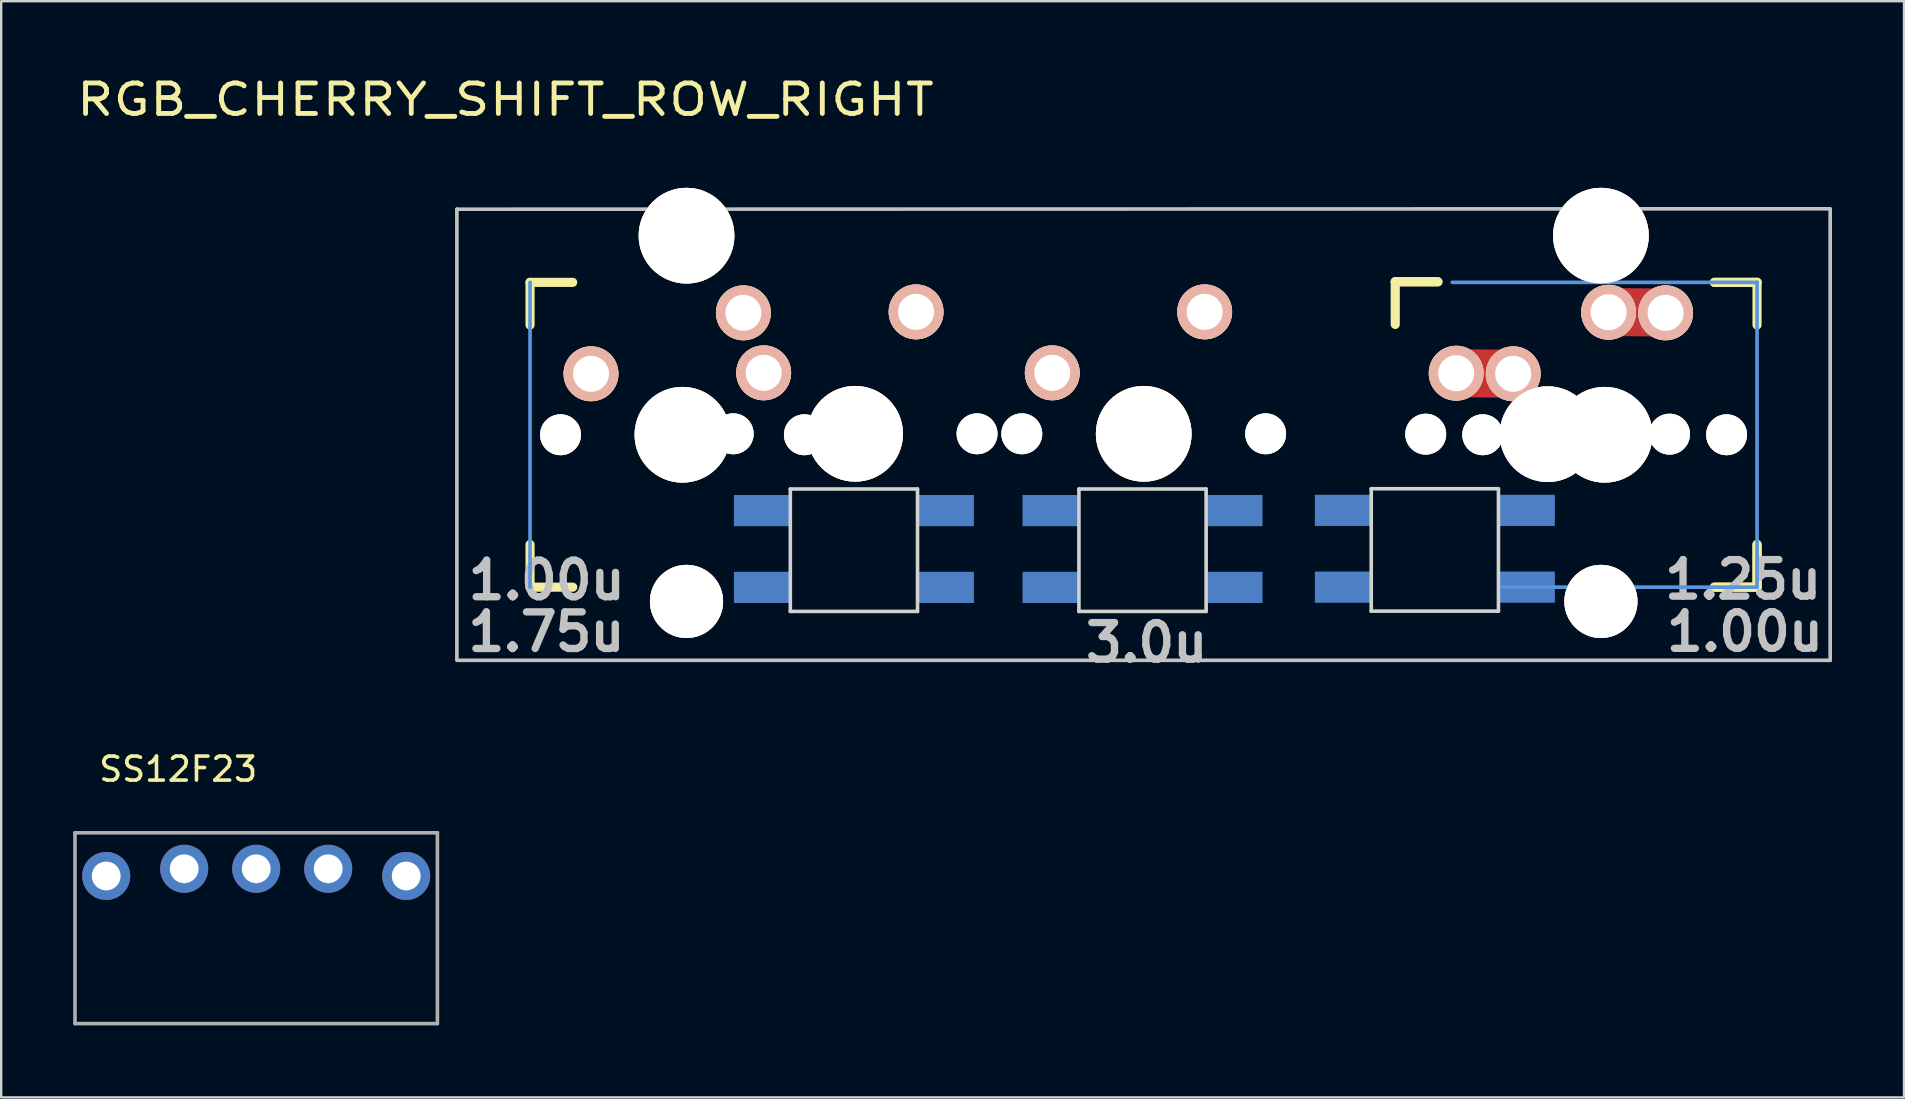
<source format=kicad_pcb>
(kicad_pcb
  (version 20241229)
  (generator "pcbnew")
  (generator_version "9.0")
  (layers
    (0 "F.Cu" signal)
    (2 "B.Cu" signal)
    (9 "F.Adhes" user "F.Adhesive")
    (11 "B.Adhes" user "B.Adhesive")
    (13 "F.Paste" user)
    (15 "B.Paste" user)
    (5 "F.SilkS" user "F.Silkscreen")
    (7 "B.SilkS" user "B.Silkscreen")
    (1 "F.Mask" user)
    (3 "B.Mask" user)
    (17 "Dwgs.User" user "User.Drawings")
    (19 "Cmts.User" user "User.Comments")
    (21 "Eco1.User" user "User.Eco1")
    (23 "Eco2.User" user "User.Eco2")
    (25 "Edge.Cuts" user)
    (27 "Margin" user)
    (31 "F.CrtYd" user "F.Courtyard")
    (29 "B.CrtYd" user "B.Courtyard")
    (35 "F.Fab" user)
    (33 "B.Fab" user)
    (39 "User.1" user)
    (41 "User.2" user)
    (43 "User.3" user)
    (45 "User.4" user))
  (footprint "RGB_CHERRY_SHIFT_ROW_RIGHT"
    (layer "F.Cu")
    (at 37.855 18.8)
    (property "Reference" "RGB_CHERRY_SHIFT_ROW_RIGHT" (at -19.85 -17.7 0) (layer "F.SilkS") (effects (font (size 1.27 1.524) (thickness 0.203))))
    (attr through_hole)
    (fp_line (start 19.775 -6.3) (end 22.175 -6.275) (stroke (width 2) (type solid)) (layer "F.Cu"))
    (fp_line (start 26.125 -8.85) (end 28.475 -8.825) (stroke (width 2) (type solid)) (layer "F.Cu"))
    (fp_line (start -18.82 -10.085) (end -17.042 -10.085) (stroke (width 0.381) (type solid)) (layer "F.SilkS"))
    (fp_line (start -18.82 -8.307) (end -18.82 -10.085) (stroke (width 0.381) (type solid)) (layer "F.SilkS"))
    (fp_line (start -18.82 2.615) (end -18.82 0.837) (stroke (width 0.381) (type solid)) (layer "F.SilkS"))
    (fp_line (start -17.042 2.615) (end -18.82 2.615) (stroke (width 0.381) (type solid)) (layer "F.SilkS"))
    (fp_line (start 17.23 -10.11) (end 19.008 -10.11) (stroke (width 0.381) (type solid)) (layer "F.SilkS"))
    (fp_line (start 17.23 -10.11) (end 19.008 -10.11) (stroke (width 0.381) (type solid)) (layer "F.SilkS"))
    (fp_line (start 17.23 -8.332) (end 17.23 -10.11) (stroke (width 0.381) (type solid)) (layer "F.SilkS"))
    (fp_line (start 30.527 -10.085) (end 32.305 -10.085) (stroke (width 0.381) (type solid)) (layer "F.SilkS"))
    (fp_line (start 30.527 -10.085) (end 32.305 -10.085) (stroke (width 0.381) (type solid)) (layer "F.SilkS"))
    (fp_line (start 32.305 -10.085) (end 32.305 -8.307) (stroke (width 0.381) (type solid)) (layer "F.SilkS"))
    (fp_line (start 32.305 0.837) (end 32.305 2.615) (stroke (width 0.381) (type solid)) (layer "F.SilkS"))
    (fp_line (start 32.305 0.837) (end 32.305 2.615) (stroke (width 0.381) (type solid)) (layer "F.SilkS"))
    (fp_line (start 32.305 2.615) (end 30.527 2.615) (stroke (width 0.381) (type solid)) (layer "F.SilkS"))
    (fp_line (start 32.305 2.615) (end 30.527 2.615) (stroke (width 0.381) (type solid)) (layer "F.SilkS"))
    (fp_line (start -21.868 -13.133) (end 35.35 -13.15) (stroke (width 0.152) (type solid)) (layer "Dwgs.User"))
    (fp_line (start -21.868 5.663) (end -21.868 -13.133) (stroke (width 0.152) (type solid)) (layer "Dwgs.User"))
    (fp_line (start 35.353 -13.133) (end 35.353 5.663) (stroke (width 0.152) (type solid)) (layer "Dwgs.User"))
    (fp_line (start 35.353 5.663) (end -21.82 5.663) (stroke (width 0.152) (type solid)) (layer "Dwgs.User"))
    (fp_line (start -18.82 2.615) (end -18.82 -10.085) (stroke (width 0.152) (type solid)) (layer "Cmts.User"))
    (fp_line (start 19.605 -10.085) (end 32.305 -10.085) (stroke (width 0.152) (type solid)) (layer "Cmts.User"))
    (fp_line (start 32.305 -10.085) (end 32.305 2.615) (stroke (width 0.152) (type solid)) (layer "Cmts.User"))
    (fp_line (start 32.305 2.615) (end 21.673 2.615) (stroke (width 0.152) (type solid)) (layer "Cmts.User"))
    (fp_line (start -19.455 -10.72) (end 32.925 -10.725) (stroke (width 0.152) (type solid)) (layer "Eco2.User"))
    (fp_line (start -19.455 3.25) (end -19.455 -10.72) (stroke (width 0.152) (type solid)) (layer "Eco2.User"))
    (fp_line (start -16.679 -6.061) (end -15.815 -6.061) (stroke (width 0.152) (type solid)) (layer "Eco2.User"))
    (fp_line (start 22.661 -9.465) (end 29.315 -9.465) (stroke (width 0.152) (type solid)) (layer "Eco2.User"))
    (fp_line (start 22.661 -6.061) (end 22.661 -9.465) (stroke (width 0.152) (type solid)) (layer "Eco2.User"))
    (fp_line (start 29.315 -9.465) (end 29.315 -6.061) (stroke (width 0.152) (type solid)) (layer "Eco2.User"))
    (fp_line (start 29.315 -6.061) (end 30.179 -6.061) (stroke (width 0.152) (type solid)) (layer "Eco2.User"))
    (fp_line (start 30.179 -6.061) (end 30.179 -3.267) (stroke (width 0.152) (type solid)) (layer "Eco2.User"))
    (fp_line (start 30.179 -3.267) (end 29.315 -3.267) (stroke (width 0.152) (type solid)) (layer "Eco2.User"))
    (fp_line (start 32.94 -10.72) (end 32.94 3.25) (stroke (width 0.152) (type solid)) (layer "Eco2.User"))
    (fp_line (start 32.94 3.25) (end -19.45 3.25) (stroke (width 0.152) (type solid)) (layer "Eco2.User"))
    (fp_line (start -7.975 -1.475) (end -7.975 3.625) (stroke (width 0.15) (type solid)) (layer "Edge.Cuts"))
    (fp_line (start -7.975 -1.475) (end -2.675 -1.475) (stroke (width 0.15) (type solid)) (layer "Edge.Cuts"))
    (fp_line (start -2.675 -1.475) (end -2.675 3.625) (stroke (width 0.15) (type solid)) (layer "Edge.Cuts"))
    (fp_line (start -2.675 3.625) (end -7.975 3.625) (stroke (width 0.15) (type solid)) (layer "Edge.Cuts"))
    (fp_line (start 4.05 -1.475) (end 4.05 3.625) (stroke (width 0.15) (type solid)) (layer "Edge.Cuts"))
    (fp_line (start 4.05 -1.475) (end 9.35 -1.475) (stroke (width 0.15) (type solid)) (layer "Edge.Cuts"))
    (fp_line (start 9.35 -1.475) (end 9.35 3.625) (stroke (width 0.15) (type solid)) (layer "Edge.Cuts"))
    (fp_line (start 9.35 3.625) (end 4.05 3.625) (stroke (width 0.15) (type solid)) (layer "Edge.Cuts"))
    (fp_line (start 16.23 -1.485) (end 16.23 3.615) (stroke (width 0.15) (type solid)) (layer "Edge.Cuts"))
    (fp_line (start 16.23 -1.485) (end 21.53 -1.485) (stroke (width 0.15) (type solid)) (layer "Edge.Cuts"))
    (fp_line (start 21.53 -1.485) (end 21.53 3.615) (stroke (width 0.15) (type solid)) (layer "Edge.Cuts"))
    (fp_line (start 21.53 3.615) (end 16.23 3.615) (stroke (width 0.15) (type solid)) (layer "Edge.Cuts"))
    (fp_text user "1.25u" (at 31.725 2.3 0) (layer "Dwgs.User") (effects (font (size 1.524 1.524) (thickness 0.305))))
    (fp_text user "3.0u" (at 6.875 4.925 0) (layer "Dwgs.User") (effects (font (size 1.524 1.524) (thickness 0.305))))
    (fp_text user "1.00u" (at -18.125 2.325 0) (layer "Dwgs.User") (effects (font (size 1.524 1.524) (thickness 0.305))))
    (fp_text user "1.75u" (at -18.135 4.48 0) (layer "Dwgs.User") (effects (font (size 1.524 1.524) (thickness 0.305))))
    (fp_text user "1.00u" (at 31.8 4.475 0) (layer "Dwgs.User") (effects (font (size 1.524 1.524) (thickness 0.305))))
    (pad "" np_thru_hole circle (at -17.55 -3.735) (size 1.702 1.702) (drill 1.702) (layers "*.Cu" "*.SilkS" "*.Mask"))
    (pad "" np_thru_hole circle (at -12.47 -3.735) (size 3.988 3.988) (drill 3.988) (layers "*.Cu" "*.SilkS" "*.Mask"))
    (pad "" np_thru_hole circle (at -12.3 -12.03) (size 3.988 3.988) (drill 3.988) (layers "*.Cu" "*.SilkS" "*.Mask"))
    (pad "" np_thru_hole circle (at -12.3 3.21) (size 3.048 3.048) (drill 3.048) (layers "*.Cu" "*.SilkS" "*.Mask"))
    (pad "" np_thru_hole circle (at -10.355 -3.775) (size 1.702 1.702) (drill 1.702) (layers "*.Cu" "*.SilkS" "*.Mask"))
    (pad "" np_thru_hole circle (at -7.39 -3.735) (size 1.702 1.702) (drill 1.702) (layers "*.Cu" "*.SilkS" "*.Mask"))
    (pad "" np_thru_hole circle (at -5.275 -3.775) (size 3.988 3.988) (drill 3.988) (layers "*.Cu" "*.SilkS" "*.Mask"))
    (pad "" np_thru_hole circle (at -0.195 -3.775) (size 1.702 1.702) (drill 1.702) (layers "*.Cu" "*.SilkS" "*.Mask"))
    (pad "" np_thru_hole circle (at 1.67 -3.775) (size 1.702 1.702) (drill 1.702) (layers "*.Cu" "*.SilkS" "*.Mask"))
    (pad "" np_thru_hole circle (at 6.75 -3.775) (size 3.988 3.988) (drill 3.988) (layers "*.Cu" "*.SilkS" "*.Mask"))
    (pad "" np_thru_hole circle (at 11.83 -3.775) (size 1.702 1.702) (drill 1.702) (layers "*.Cu" "*.SilkS" "*.Mask"))
    (pad "" np_thru_hole circle (at 18.5 -3.76) (size 1.702 1.702) (drill 1.702) (layers "*.Cu" "*.SilkS" "*.Mask"))
    (pad "" np_thru_hole circle (at 20.875 -3.735) (size 1.702 1.702) (drill 1.702) (layers "*.Cu" "*.SilkS" "*.Mask"))
    (pad "" np_thru_hole circle (at 23.58 -3.76) (size 3.988 3.988) (drill 3.988) (layers "*.Cu" "*.SilkS" "*.Mask"))
    (pad "" np_thru_hole circle (at 25.8 -12.03) (size 3.988 3.988) (drill 3.988) (layers "*.Cu" "*.SilkS" "*.Mask"))
    (pad "" np_thru_hole circle (at 25.8 3.21) (size 3.048 3.048) (drill 3.048) (layers "*.Cu" "*.SilkS" "*.Mask"))
    (pad "" np_thru_hole circle (at 25.955 -3.735) (size 3.988 3.988) (drill 3.988) (layers "*.Cu" "*.SilkS" "*.Mask"))
    (pad "" np_thru_hole circle (at 28.66 -3.76) (size 1.702 1.702) (drill 1.702) (layers "*.Cu" "*.SilkS" "*.Mask"))
    (pad "" np_thru_hole circle (at 31.035 -3.735) (size 1.702 1.702) (drill 1.702) (layers "*.Cu" "*.SilkS" "*.Mask"))
    (pad "1" thru_hole circle (at -9.93 -8.815) (size 2.286 2.286) (drill 1.499) (layers "*.Cu" "*.SilkS" "*.Mask"))
    (pad "1" thru_hole circle (at -2.735 -8.855) (size 2.286 2.286) (drill 1.499) (layers "*.Cu" "*.SilkS" "*.Mask"))
    (pad "2" thru_hole circle (at -16.28 -6.275) (size 2.286 2.286) (drill 1.499) (layers "*.Cu" "*.SilkS" "*.Mask"))
    (pad "2" thru_hole circle (at -9.085 -6.315) (size 2.286 2.286) (drill 1.499) (layers "*.Cu" "*.SilkS" "*.Mask"))
    (pad "3" smd rect (at -8.075 -0.575) (size 2.3 1.3) (drill (offset -1.1 0)) (layers "B.Cu" "B.Mask" "B.Paste"))
    (pad "4" smd rect (at -8.075 2.625) (size 2.3 1.3) (drill (offset -1.1 0)) (layers "B.Cu" "B.Mask" "B.Paste"))
    (pad "5" smd rect (at -2.575 2.625) (size 2.3 1.3) (drill (offset 1.1 0)) (layers "B.Cu" "B.Mask" "B.Paste"))
    (pad "6" smd rect (at -2.575 -0.575) (size 2.3 1.3) (drill (offset 1.1 0)) (layers "B.Cu" "B.Mask" "B.Paste"))
    (pad "7" thru_hole circle (at 9.29 -8.855) (size 2.286 2.286) (drill 1.499) (layers "*.Cu" "*.SilkS" "*.Mask"))
    (pad "8" thru_hole circle (at 2.94 -6.315) (size 2.286 2.286) (drill 1.499) (layers "*.Cu" "*.SilkS" "*.Mask"))
    (pad "9" smd rect (at 3.95 -0.575) (size 2.3 1.3) (drill (offset -1.1 0)) (layers "B.Cu" "B.Mask" "B.Paste"))
    (pad "10" smd rect (at 3.95 2.625) (size 2.3 1.3) (drill (offset -1.1 0)) (layers "B.Cu" "B.Mask" "B.Paste"))
    (pad "11" smd rect (at 9.45 2.625) (size 2.3 1.3) (drill (offset 1.1 0)) (layers "B.Cu" "B.Mask" "B.Paste"))
    (pad "12" smd rect (at 9.45 -0.575) (size 2.3 1.3) (drill (offset 1.1 0)) (layers "B.Cu" "B.Mask" "B.Paste"))
    (pad "13" thru_hole circle (at 26.12 -8.84) (size 2.286 2.286) (drill 1.499) (layers "*.Cu" "*.SilkS" "*.Mask"))
    (pad "13" thru_hole circle (at 28.495 -8.815) (size 2.286 2.286) (drill 1.499) (layers "*.Cu" "*.SilkS" "*.Mask"))
    (pad "14" thru_hole circle (at 19.77 -6.3) (size 2.286 2.286) (drill 1.499) (layers "*.Cu" "*.SilkS" "*.Mask"))
    (pad "14" thru_hole circle (at 22.145 -6.275) (size 2.286 2.286) (drill 1.499) (layers "*.Cu" "*.SilkS" "*.Mask"))
    (pad "15" smd rect (at 16.13 -0.585) (size 2.3 1.3) (drill (offset -1.1 0)) (layers "B.Cu" "B.Mask" "B.Paste"))
    (pad "16" smd rect (at 16.13 2.615) (size 2.3 1.3) (drill (offset -1.1 0)) (layers "B.Cu" "B.Mask" "B.Paste"))
    (pad "17" smd rect (at 21.63 2.615) (size 2.3 1.3) (drill (offset 1.1 0)) (layers "B.Cu" "B.Mask" "B.Paste"))
    (pad "18" smd rect (at 21.63 -0.585) (size 2.3 1.3) (drill (offset 1.1 0)) (layers "B.Cu" "B.Mask" "B.Paste")))
  (footprint "SS12F23"
    (layer "F.Cu")
    (at 4.625 33.149)
    (property "Reference" "SS12F23" (at -0.25 -4.15 0) (layer "F.SilkS") (effects (font (size 1 1) (thickness 0.15))))
    (attr through_hole)
    (fp_line (start -4.55 -1.5) (end -4.55 6.45) (stroke (width 0.15) (type solid)) (layer "F.Fab"))
    (fp_line (start -4.55 -1.5) (end 10.55 -1.5) (stroke (width 0.15) (type solid)) (layer "F.Fab"))
    (fp_line (start 10.55 -1.5) (end 10.55 6.45) (stroke (width 0.15) (type solid)) (layer "F.Fab"))
    (fp_line (start 10.55 6.45) (end -4.55 6.45) (stroke (width 0.15) (type solid)) (layer "F.Fab"))
    (pad "1" thru_hole circle (at 0 0) (size 2 2) (drill 1.2) (layers "*.Cu" "*.Mask"))
    (pad "2" thru_hole circle (at 3 0) (size 2 2) (drill 1.2) (layers "*.Cu" "*.Mask"))
    (pad "3" thru_hole circle (at 6 0) (size 2 2) (drill 1.2) (layers "*.Cu" "*.Mask"))
    (pad "~" thru_hole circle (at -3.25 0.3) (size 2 2) (drill 1.2) (layers "*.Cu" "*.Mask"))
    (pad "~" thru_hole circle (at 9.25 0.3) (size 2 2) (drill 1.2) (layers "*.Cu" "*.Mask")))
  (gr_rect
    (start -3 -3)
    (end 76.284 42.674)
    (stroke (width 0.1) (type default))
    (fill no)
    (layer "Edge.Cuts")))
</source>
